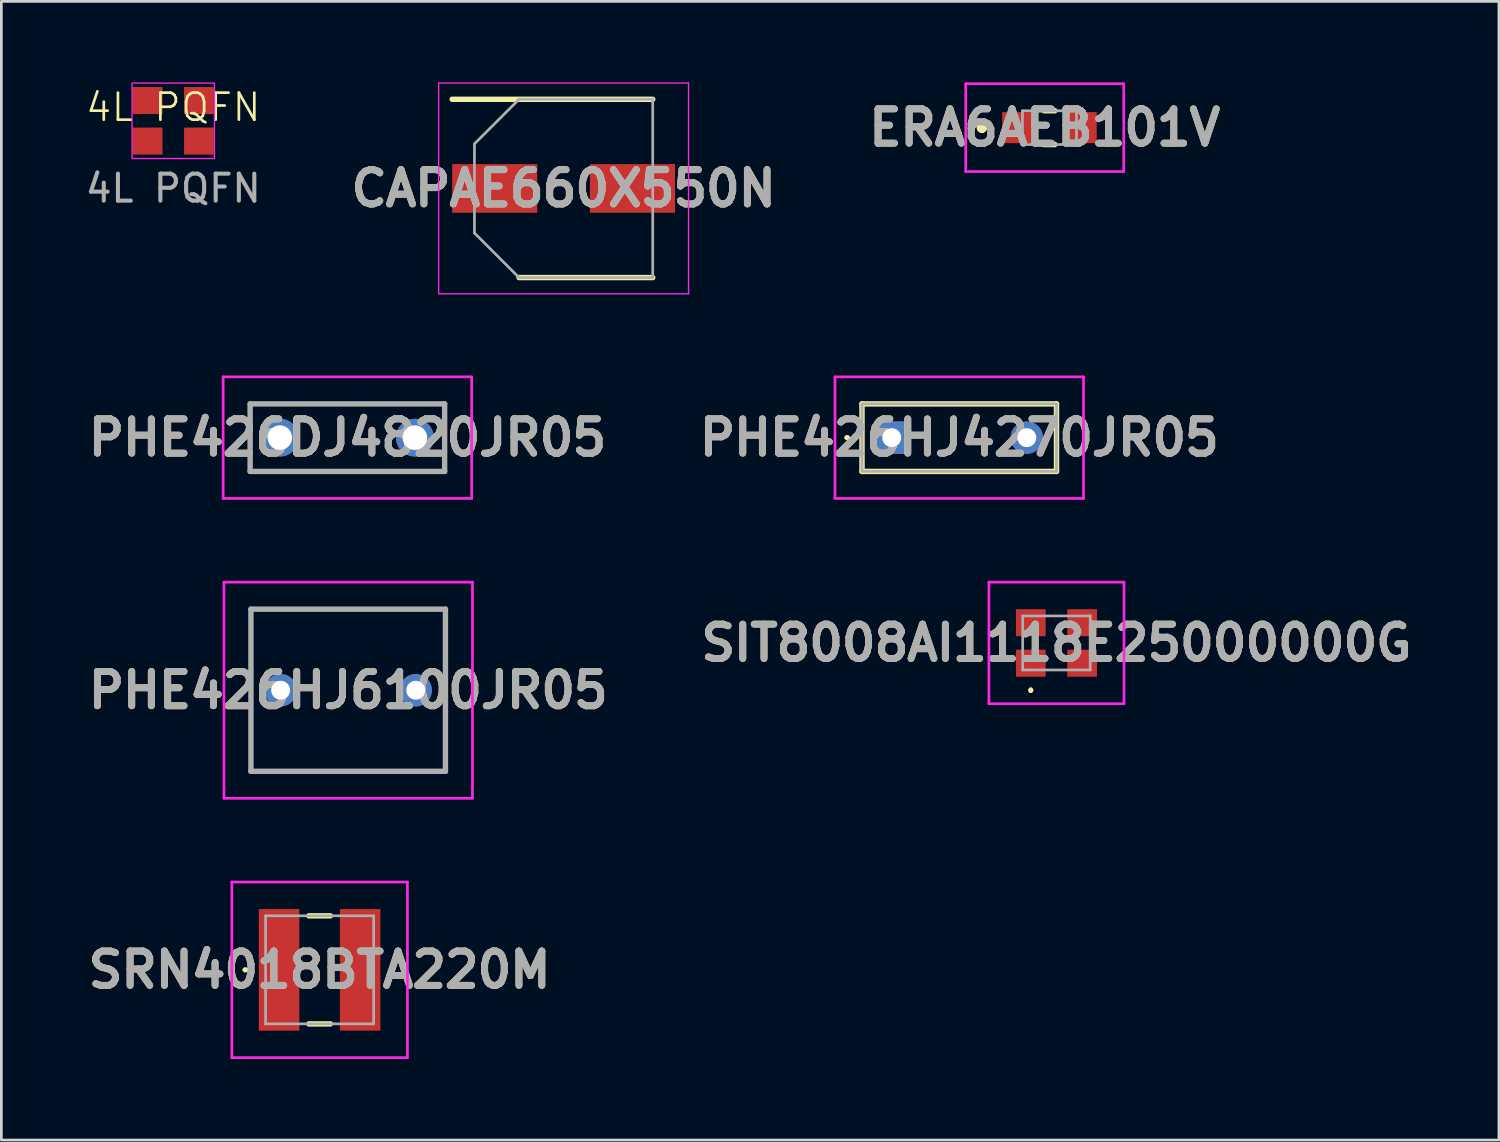
<source format=kicad_pcb>
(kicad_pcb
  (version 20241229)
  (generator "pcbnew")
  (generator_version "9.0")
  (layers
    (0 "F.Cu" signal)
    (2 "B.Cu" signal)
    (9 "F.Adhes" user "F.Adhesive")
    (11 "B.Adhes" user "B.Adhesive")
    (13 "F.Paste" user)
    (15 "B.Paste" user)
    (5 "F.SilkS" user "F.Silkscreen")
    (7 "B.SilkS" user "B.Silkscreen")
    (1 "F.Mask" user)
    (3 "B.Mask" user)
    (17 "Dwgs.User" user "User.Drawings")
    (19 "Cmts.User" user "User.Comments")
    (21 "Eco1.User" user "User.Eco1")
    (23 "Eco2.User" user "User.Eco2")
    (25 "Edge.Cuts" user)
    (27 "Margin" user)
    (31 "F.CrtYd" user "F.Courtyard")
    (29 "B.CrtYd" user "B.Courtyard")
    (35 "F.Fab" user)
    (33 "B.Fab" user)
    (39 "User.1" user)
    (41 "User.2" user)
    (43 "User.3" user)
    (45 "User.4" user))
  (footprint "4L PQFN"
    (layer "F.Cu")
    (at 3.363 1.422)
    (property "Reference" "4L PQFN" (at 0 -0.5 0) (unlocked yes) (layer "F.SilkS") (effects (font (size 1 1) (thickness 0.1))))
    (attr smd)
    (fp_rect (start -1.524 -1.397) (end 1.524 1.397) (stroke (width 0.05) (type default)) (fill no) (layer "F.CrtYd"))
    (fp_text user "${REFERENCE}" (at 0 2.5 0) (unlocked yes) (layer "F.Fab") (effects (font (size 1 1) (thickness 0.15))))
    (pad "1" smd rect (at -0.95 -0.75) (size 1.1 1) (layers "F.Cu" "F.Mask" "F.Paste"))
    (pad "1" smd rect (at -0.95 0.75) (size 1.1 1) (layers "F.Cu" "F.Mask" "F.Paste"))
    (pad "1" smd rect (at 0.95 -0.75) (size 1.1 1) (layers "F.Cu" "F.Mask" "F.Paste"))
    (pad "1" smd rect (at 0.95 0.75) (size 1.1 1) (layers "F.Cu" "F.Mask" "F.Paste")))
  (footprint "PHE426HJ6100JR05"
    (layer "F.Cu")
    (at 9.839 22.5)
    (property "Reference" "PHE426HJ6100JR05" (at 0 0 0) (layer "F.SilkS") (effects (font (size 1.27 1.27) (thickness 0.254))))
    (attr through_hole)
    (fp_line (start -3.6 -3) (end 3.6 -3) (stroke (width 0.1) (type solid)) (layer "F.SilkS"))
    (fp_line (start -3.6 3) (end -3.6 -3) (stroke (width 0.1) (type solid)) (layer "F.SilkS"))
    (fp_line (start 3.6 -3) (end 3.6 3) (stroke (width 0.1) (type solid)) (layer "F.SilkS"))
    (fp_line (start 3.6 3) (end -3.6 3) (stroke (width 0.1) (type solid)) (layer "F.SilkS"))
    (fp_line (start -4.6 -4) (end 4.6 -4) (stroke (width 0.1) (type solid)) (layer "F.CrtYd"))
    (fp_line (start -4.6 4) (end -4.6 -4) (stroke (width 0.1) (type solid)) (layer "F.CrtYd"))
    (fp_line (start 4.6 -4) (end 4.6 4) (stroke (width 0.1) (type solid)) (layer "F.CrtYd"))
    (fp_line (start 4.6 4) (end -4.6 4) (stroke (width 0.1) (type solid)) (layer "F.CrtYd"))
    (fp_line (start -3.6 -3) (end 3.6 -3) (stroke (width 0.2) (type solid)) (layer "F.Fab"))
    (fp_line (start -3.6 3) (end -3.6 -3) (stroke (width 0.2) (type solid)) (layer "F.Fab"))
    (fp_line (start 3.6 -3) (end 3.6 3) (stroke (width 0.2) (type solid)) (layer "F.Fab"))
    (fp_line (start 3.6 3) (end -3.6 3) (stroke (width 0.2) (type solid)) (layer "F.Fab"))
    (fp_text user "${REFERENCE}" (at 0 0 0) (layer "F.Fab") (effects (font (size 1.27 1.27) (thickness 0.254))))
    (pad "1" thru_hole circle (at -2.5 0) (size 1.2 1.2) (drill 0.7) (layers "*.Cu" "*.Mask"))
    (pad "2" thru_hole circle (at 2.5 0) (size 1.2 1.2) (drill 0.7) (layers "*.Cu" "*.Mask")))
  (footprint "ERA6AEB101V"
    (layer "F.Cu")
    (at 35.797 1.675)
    (property "Reference" "ERA6AEB101V" (at -0.175 0 0) (layer "F.SilkS") (effects (font (size 1.27 1.27) (thickness 0.254))))
    (attr smd)
    (fp_line (start -2.5 -0.1) (end -2.5 -0.1) (stroke (width 0.2) (type solid)) (layer "F.SilkS"))
    (fp_line (start -2.5 0.1) (end -2.5 0.1) (stroke (width 0.2) (type solid)) (layer "F.SilkS"))
    (fp_line (start -0.2 -0.625) (end 0.2 -0.625) (stroke (width 0.2) (type solid)) (layer "F.SilkS"))
    (fp_line (start -0.2 0.625) (end 0.2 0.625) (stroke (width 0.2) (type solid)) (layer "F.SilkS"))
    (fp_arc (start -2.5 -0.1) (mid -2.4 0) (end -2.5 0.1) (stroke (width 0.2) (type solid)) (layer "F.SilkS"))
    (fp_arc (start -2.5 0.1) (mid -2.6 0) (end -2.5 -0.1) (stroke (width 0.2) (type solid)) (layer "F.SilkS"))
    (fp_line (start -3.1 -1.625) (end 2.75 -1.625) (stroke (width 0.1) (type solid)) (layer "F.CrtYd"))
    (fp_line (start -3.1 1.625) (end -3.1 -1.625) (stroke (width 0.1) (type solid)) (layer "F.CrtYd"))
    (fp_line (start 2.75 -1.625) (end 2.75 1.625) (stroke (width 0.1) (type solid)) (layer "F.CrtYd"))
    (fp_line (start 2.75 1.625) (end -3.1 1.625) (stroke (width 0.1) (type solid)) (layer "F.CrtYd"))
    (fp_line (start -1 -0.625) (end 1 -0.625) (stroke (width 0.1) (type solid)) (layer "F.Fab"))
    (fp_line (start -1 0.625) (end -1 -0.625) (stroke (width 0.1) (type solid)) (layer "F.Fab"))
    (fp_line (start 1 -0.625) (end 1 0.625) (stroke (width 0.1) (type solid)) (layer "F.Fab"))
    (fp_line (start 1 0.625) (end -1 0.625) (stroke (width 0.1) (type solid)) (layer "F.Fab"))
    (fp_text user "${REFERENCE}" (at -0.175 0 0) (layer "F.Fab") (effects (font (size 1.27 1.27) (thickness 0.254))))
    (pad "1" smd rect (at -1.175 0) (size 1.15 1.15) (layers "F.Cu" "F.Mask" "F.Paste"))
    (pad "2" smd rect (at 1.175 0) (size 1.15 1.15) (layers "F.Cu" "F.Mask" "F.Paste")))
  (footprint "CAPAE660X550N"
    (layer "F.Cu")
    (at 17.812 3.925)
    (property "Reference" "CAPAE660X550N" (at 0 0 0) (layer "F.SilkS") (effects (font (size 1.27 1.27) (thickness 0.254))))
    (attr smd)
    (fp_line (start -4.125 -3.3) (end 3.3 -3.3) (stroke (width 0.2) (type solid)) (layer "F.SilkS"))
    (fp_line (start -1.65 3.3) (end 3.3 3.3) (stroke (width 0.2) (type solid)) (layer "F.SilkS"))
    (fp_line (start -4.625 -3.9) (end 4.625 -3.9) (stroke (width 0.05) (type solid)) (layer "F.CrtYd"))
    (fp_line (start -4.625 3.9) (end -4.625 -3.9) (stroke (width 0.05) (type solid)) (layer "F.CrtYd"))
    (fp_line (start 4.625 -3.9) (end 4.625 3.9) (stroke (width 0.05) (type solid)) (layer "F.CrtYd"))
    (fp_line (start 4.625 3.9) (end -4.625 3.9) (stroke (width 0.05) (type solid)) (layer "F.CrtYd"))
    (fp_line (start -3.3 -1.65) (end -3.3 1.65) (stroke (width 0.1) (type solid)) (layer "F.Fab"))
    (fp_line (start -3.3 1.65) (end -1.65 3.3) (stroke (width 0.1) (type solid)) (layer "F.Fab"))
    (fp_line (start -1.65 -3.3) (end -3.3 -1.65) (stroke (width 0.1) (type solid)) (layer "F.Fab"))
    (fp_line (start -1.65 3.3) (end 3.3 3.3) (stroke (width 0.1) (type solid)) (layer "F.Fab"))
    (fp_line (start 3.3 -3.3) (end -1.65 -3.3) (stroke (width 0.1) (type solid)) (layer "F.Fab"))
    (fp_line (start 3.3 3.3) (end 3.3 -3.3) (stroke (width 0.1) (type solid)) (layer "F.Fab"))
    (fp_text user "${REFERENCE}" (at 0 0 0) (layer "F.Fab") (effects (font (size 1.27 1.27) (thickness 0.254))))
    (pad "1" smd rect (at -2.55 0 90) (size 1.8 3.15) (layers "F.Cu" "F.Mask" "F.Paste"))
    (pad "2" smd rect (at 2.55 0 90) (size 1.8 3.15) (layers "F.Cu" "F.Mask" "F.Paste")))
  (footprint "PHE426DJ4820JR05"
    (layer "F.Cu")
    (at 7.309 13.15)
    (property "Reference" "PHE426DJ4820JR05" (at 2.5 0 0) (layer "F.SilkS") (effects (font (size 1.27 1.27) (thickness 0.254))))
    (attr through_hole)
    (fp_line (start -1.1 -1.25) (end 6.1 -1.25) (stroke (width 0.1) (type solid)) (layer "F.SilkS"))
    (fp_line (start -1.1 1.25) (end -1.1 -1.25) (stroke (width 0.1) (type solid)) (layer "F.SilkS"))
    (fp_line (start 6.1 -1.25) (end 6.1 1.25) (stroke (width 0.1) (type solid)) (layer "F.SilkS"))
    (fp_line (start 6.1 1.25) (end -1.1 1.25) (stroke (width 0.1) (type solid)) (layer "F.SilkS"))
    (fp_line (start -2.1 -2.25) (end 7.1 -2.25) (stroke (width 0.1) (type solid)) (layer "F.CrtYd"))
    (fp_line (start -2.1 2.25) (end -2.1 -2.25) (stroke (width 0.1) (type solid)) (layer "F.CrtYd"))
    (fp_line (start 7.1 -2.25) (end 7.1 2.25) (stroke (width 0.1) (type solid)) (layer "F.CrtYd"))
    (fp_line (start 7.1 2.25) (end -2.1 2.25) (stroke (width 0.1) (type solid)) (layer "F.CrtYd"))
    (fp_line (start -1.1 -1.25) (end 6.1 -1.25) (stroke (width 0.2) (type solid)) (layer "F.Fab"))
    (fp_line (start -1.1 1.25) (end -1.1 -1.25) (stroke (width 0.2) (type solid)) (layer "F.Fab"))
    (fp_line (start 6.1 -1.25) (end 6.1 1.25) (stroke (width 0.2) (type solid)) (layer "F.Fab"))
    (fp_line (start 6.1 1.25) (end -1.1 1.25) (stroke (width 0.2) (type solid)) (layer "F.Fab"))
    (fp_text user "${REFERENCE}" (at 2.5 0 0) (layer "F.Fab") (effects (font (size 1.27 1.27) (thickness 0.254))))
    (pad "1" thru_hole circle (at 0 0) (size 1.4 1.4) (drill 0.91) (layers "*.Cu" "*.Mask"))
    (pad "2" thru_hole circle (at 5 0) (size 1.4 1.4) (drill 0.91) (layers "*.Cu" "*.Mask")))
  (footprint "SIT8008AI1118E25000000G"
    (layer "F.Cu")
    (at 36.056 20.75)
    (property "Reference" "SIT8008AI1118E25000000G" (at 0 0 0) (layer "F.SilkS") (effects (font (size 1.27 1.27) (thickness 0.254))))
    (attr smd)
    (fp_line (start -0.95 1.7) (end -0.95 1.7) (stroke (width 0.1) (type solid)) (layer "F.SilkS"))
    (fp_line (start -0.95 1.8) (end -0.95 1.8) (stroke (width 0.1) (type solid)) (layer "F.SilkS"))
    (fp_arc (start -0.95 1.7) (mid -0.9 1.75) (end -0.95 1.8) (stroke (width 0.1) (type solid)) (layer "F.SilkS"))
    (fp_arc (start -0.95 1.8) (mid -1 1.75) (end -0.95 1.7) (stroke (width 0.1) (type solid)) (layer "F.SilkS"))
    (fp_line (start -2.5 -2.25) (end 2.5 -2.25) (stroke (width 0.1) (type solid)) (layer "F.CrtYd"))
    (fp_line (start -2.5 2.25) (end -2.5 -2.25) (stroke (width 0.1) (type solid)) (layer "F.CrtYd"))
    (fp_line (start 2.5 -2.25) (end 2.5 2.25) (stroke (width 0.1) (type solid)) (layer "F.CrtYd"))
    (fp_line (start 2.5 2.25) (end -2.5 2.25) (stroke (width 0.1) (type solid)) (layer "F.CrtYd"))
    (fp_line (start -1.25 -1) (end 1.25 -1) (stroke (width 0.1) (type solid)) (layer "F.Fab"))
    (fp_line (start -1.25 1) (end -1.25 -1) (stroke (width 0.1) (type solid)) (layer "F.Fab"))
    (fp_line (start 1.25 -1) (end 1.25 1) (stroke (width 0.1) (type solid)) (layer "F.Fab"))
    (fp_line (start 1.25 1) (end -1.25 1) (stroke (width 0.1) (type solid)) (layer "F.Fab"))
    (fp_text user "${REFERENCE}" (at 0 0 0) (layer "F.Fab") (effects (font (size 1.27 1.27) (thickness 0.254))))
    (pad "1" smd rect (at -0.95 0.75 90) (size 1 1.1) (layers "F.Cu" "F.Mask" "F.Paste"))
    (pad "2" smd rect (at 0.95 0.75 90) (size 1 1.1) (layers "F.Cu" "F.Mask" "F.Paste"))
    (pad "3" smd rect (at 0.95 -0.75 90) (size 1 1.1) (layers "F.Cu" "F.Mask" "F.Paste"))
    (pad "4" smd rect (at -0.95 -0.75 90) (size 1 1.1) (layers "F.Cu" "F.Mask" "F.Paste")))
  (footprint "SRN4018BTA220M"
    (layer "F.Cu")
    (at 8.781 32.85)
    (property "Reference" "SRN4018BTA220M" (at 0 0 0) (layer "F.SilkS") (effects (font (size 1.27 1.27) (thickness 0.254))))
    (attr smd)
    (fp_line (start -2.8 0) (end -2.8 0) (stroke (width 0.1) (type solid)) (layer "F.SilkS"))
    (fp_line (start -2.7 0) (end -2.7 0) (stroke (width 0.1) (type solid)) (layer "F.SilkS"))
    (fp_line (start -0.4 -2) (end 0.4 -2) (stroke (width 0.2) (type solid)) (layer "F.SilkS"))
    (fp_line (start -0.4 2) (end 0.4 2) (stroke (width 0.2) (type solid)) (layer "F.SilkS"))
    (fp_arc (start -2.8 0) (mid -2.75 -0.05) (end -2.7 0) (stroke (width 0.1) (type solid)) (layer "F.SilkS"))
    (fp_arc (start -2.7 0) (mid -2.75 0.05) (end -2.8 0) (stroke (width 0.1) (type solid)) (layer "F.SilkS"))
    (fp_line (start -3.25 -3.25) (end 3.25 -3.25) (stroke (width 0.1) (type solid)) (layer "F.CrtYd"))
    (fp_line (start -3.25 3.25) (end -3.25 -3.25) (stroke (width 0.1) (type solid)) (layer "F.CrtYd"))
    (fp_line (start 3.25 -3.25) (end 3.25 3.25) (stroke (width 0.1) (type solid)) (layer "F.CrtYd"))
    (fp_line (start 3.25 3.25) (end -3.25 3.25) (stroke (width 0.1) (type solid)) (layer "F.CrtYd"))
    (fp_line (start -2 -2) (end -2 2) (stroke (width 0.1) (type solid)) (layer "F.Fab"))
    (fp_line (start -2 2) (end 2 2) (stroke (width 0.1) (type solid)) (layer "F.Fab"))
    (fp_line (start 2 -2) (end -2 -2) (stroke (width 0.1) (type solid)) (layer "F.Fab"))
    (fp_line (start 2 2) (end 2 -2) (stroke (width 0.1) (type solid)) (layer "F.Fab"))
    (fp_text user "${REFERENCE}" (at 0 0 0) (layer "F.Fab") (effects (font (size 1.27 1.27) (thickness 0.254))))
    (pad "1" smd rect (at -1.5 0) (size 1.5 4.5) (layers "F.Cu" "F.Mask" "F.Paste"))
    (pad "2" smd rect (at 1.5 0) (size 1.5 4.5) (layers "F.Cu" "F.Mask" "F.Paste")))
  (footprint "PHE426HJ4270JR05"
    (layer "F.Cu")
    (at 29.958 13.15)
    (property "Reference" "PHE426HJ4270JR05" (at 2.5 0 0) (layer "F.SilkS") (effects (font (size 1.27 1.27) (thickness 0.254))))
    (attr through_hole)
    (fp_line (start -1.7 0) (end -1.7 0) (stroke (width 0.1) (type solid)) (layer "F.SilkS"))
    (fp_line (start -1.6 0) (end -1.6 0) (stroke (width 0.1) (type solid)) (layer "F.SilkS"))
    (fp_line (start -1.1 -1.25) (end 6.1 -1.25) (stroke (width 0.2) (type solid)) (layer "F.SilkS"))
    (fp_line (start -1.1 1.25) (end -1.1 -1.25) (stroke (width 0.2) (type solid)) (layer "F.SilkS"))
    (fp_line (start 6.1 -1.25) (end 6.1 1.25) (stroke (width 0.2) (type solid)) (layer "F.SilkS"))
    (fp_line (start 6.1 1.25) (end -1.1 1.25) (stroke (width 0.2) (type solid)) (layer "F.SilkS"))
    (fp_arc (start -1.7 0) (mid -1.65 -0.05) (end -1.6 0) (stroke (width 0.1) (type solid)) (layer "F.SilkS"))
    (fp_arc (start -1.6 0) (mid -1.65 0.05) (end -1.7 0) (stroke (width 0.1) (type solid)) (layer "F.SilkS"))
    (fp_line (start -2.1 -2.25) (end 7.1 -2.25) (stroke (width 0.1) (type solid)) (layer "F.CrtYd"))
    (fp_line (start -2.1 2.25) (end -2.1 -2.25) (stroke (width 0.1) (type solid)) (layer "F.CrtYd"))
    (fp_line (start 7.1 -2.25) (end 7.1 2.25) (stroke (width 0.1) (type solid)) (layer "F.CrtYd"))
    (fp_line (start 7.1 2.25) (end -2.1 2.25) (stroke (width 0.1) (type solid)) (layer "F.CrtYd"))
    (fp_line (start -1.1 -1.25) (end 6.1 -1.25) (stroke (width 0.1) (type solid)) (layer "F.Fab"))
    (fp_line (start -1.1 1.25) (end -1.1 -1.25) (stroke (width 0.1) (type solid)) (layer "F.Fab"))
    (fp_line (start 6.1 -1.25) (end 6.1 1.25) (stroke (width 0.1) (type solid)) (layer "F.Fab"))
    (fp_line (start 6.1 1.25) (end -1.1 1.25) (stroke (width 0.1) (type solid)) (layer "F.Fab"))
    (fp_text user "${REFERENCE}" (at 2.5 0 0) (layer "F.Fab") (effects (font (size 1.27 1.27) (thickness 0.254))))
    (pad "1" thru_hole rect (at 0 0) (size 1.2 1.2) (drill 0.7) (layers "*.Cu" "*.Mask"))
    (pad "2" thru_hole circle (at 5 0) (size 1.2 1.2) (drill 0.7) (layers "*.Cu" "*.Mask")))
  (gr_rect
    (start -3 -3)
    (end 52.434 39.15)
    (stroke (width 0.1) (type default))
    (fill no)
    (layer "Edge.Cuts")))
</source>
